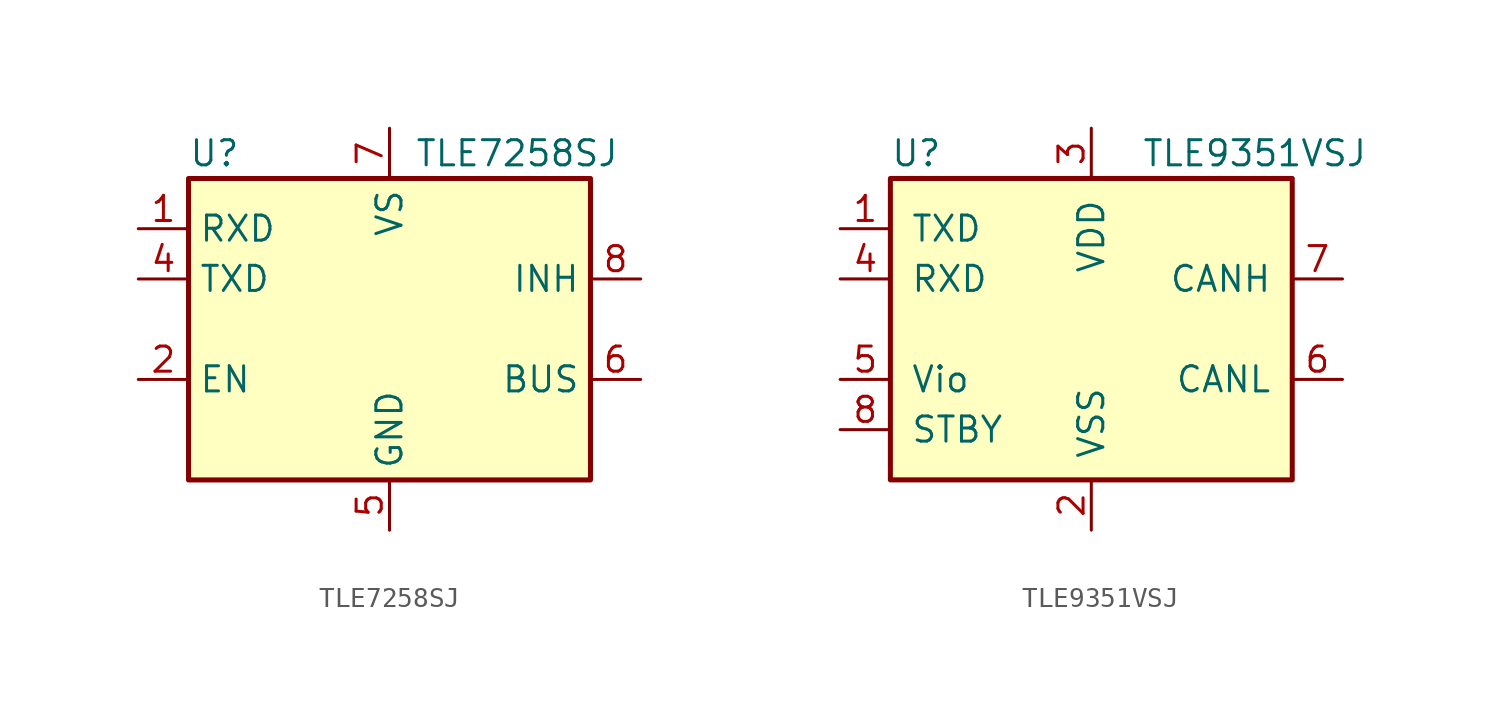
<source format=kicad_sym>
(kicad_symbol_lib
  (version 20211014)
  (generator kicad_symbol_editor)
  (symbol "TLE7258SJ"
    (property "Reference" "U"
      (at -10.16 8.89 0)
      (effects (font (size 1.27 1.27)) (justify left)))
    (property "Value" "TLE7258SJ"
      (at 1.27 8.89 0)
      (effects (font (size 1.27 1.27)) (justify left)))
    (symbol "TLE7258SJ_0_1"
      (rectangle (start -10.16 7.62) (end 10.16 -7.62) (stroke (width 0.254) (type default) (color 0 0 0 0)) (fill (type background))))
    (symbol "TLE7258SJ_1_1"
      (pin open_collector line (at -12.7 5.08 0) (length 2.54) (name "RXD" (effects (font (size 1.27 1.27)))) (number "1" (effects (font (size 1.27 1.27)))))
      (pin input line (at -12.7 -2.54 0) (length 2.54) (name "EN" (effects (font (size 1.27 1.27)))) (number "2" (effects (font (size 1.27 1.27)))))
      (pin no_connect line (at -12.7 -5.08 0) (length 2.54) hide (name "N.C." (effects (font (size 1.27 1.27)))) (number "3" (effects (font (size 1.27 1.27)))))
      (pin input line (at -12.7 2.54 0) (length 2.54) (name "TXD" (effects (font (size 1.27 1.27)))) (number "4" (effects (font (size 1.27 1.27)))))
      (pin power_in line (at 0 -10.16 90) (length 2.54) (name "GND" (effects (font (size 1.27 1.27)))) (number "5" (effects (font (size 1.27 1.27)))))
      (pin bidirectional line (at 12.7 -2.54 180) (length 2.54) (name "BUS" (effects (font (size 1.27 1.27)))) (number "6" (effects (font (size 1.27 1.27)))))
      (pin power_in line (at 0 10.16 270) (length 2.54) (name "VS" (effects (font (size 1.27 1.27)))) (number "7" (effects (font (size 1.27 1.27)))))
      (pin output line (at 12.7 2.54 180) (length 2.54) (name "INH" (effects (font (size 1.27 1.27)))) (number "8" (effects (font (size 1.27 1.27)))))))
  (symbol "TLE9351VSJ"
    (pin_names
      (offset 1.016))
    (property "Reference" "U"
      (at -10.16 8.89 0)
      (effects (font (size 1.27 1.27)) (justify left)))
    (property "Value" "TLE9351VSJ"
      (at 2.54 8.89 0)
      (effects (font (size 1.27 1.27)) (justify left)))
    (symbol "TLE9351VSJ_0_1"
      (rectangle (start -10.16 7.62) (end 10.16 -7.62) (stroke (width 0.254) (type default) (color 0 0 0 0)) (fill (type background))))
    (symbol "TLE9351VSJ_1_1"
      (pin input line (at -12.7 5.08 0) (length 2.54) (name "TXD" (effects (font (size 1.27 1.27)))) (number "1" (effects (font (size 1.27 1.27)))))
      (pin power_in line (at 0 -10.16 90) (length 2.54) (name "VSS" (effects (font (size 1.27 1.27)))) (number "2" (effects (font (size 1.27 1.27)))))
      (pin power_in line (at 0 10.16 270) (length 2.54) (name "VDD" (effects (font (size 1.27 1.27)))) (number "3" (effects (font (size 1.27 1.27)))))
      (pin output line (at -12.7 2.54 0) (length 2.54) (name "RXD" (effects (font (size 1.27 1.27)))) (number "4" (effects (font (size 1.27 1.27)))))
      (pin power_in line (at -12.7 -2.54 0) (length 2.54) (name "Vio" (effects (font (size 1.27 1.27)))) (number "5" (effects (font (size 1.27 1.27)))))
      (pin bidirectional line (at 12.7 -2.54 180) (length 2.54) (name "CANL" (effects (font (size 1.27 1.27)))) (number "6" (effects (font (size 1.27 1.27)))))
      (pin bidirectional line (at 12.7 2.54 180) (length 2.54) (name "CANH" (effects (font (size 1.27 1.27)))) (number "7" (effects (font (size 1.27 1.27)))))
      (pin input line (at -12.7 -5.08 0) (length 2.54) (name "STBY" (effects (font (size 1.27 1.27)))) (number "8" (effects (font (size 1.27 1.27))))))))
</source>
